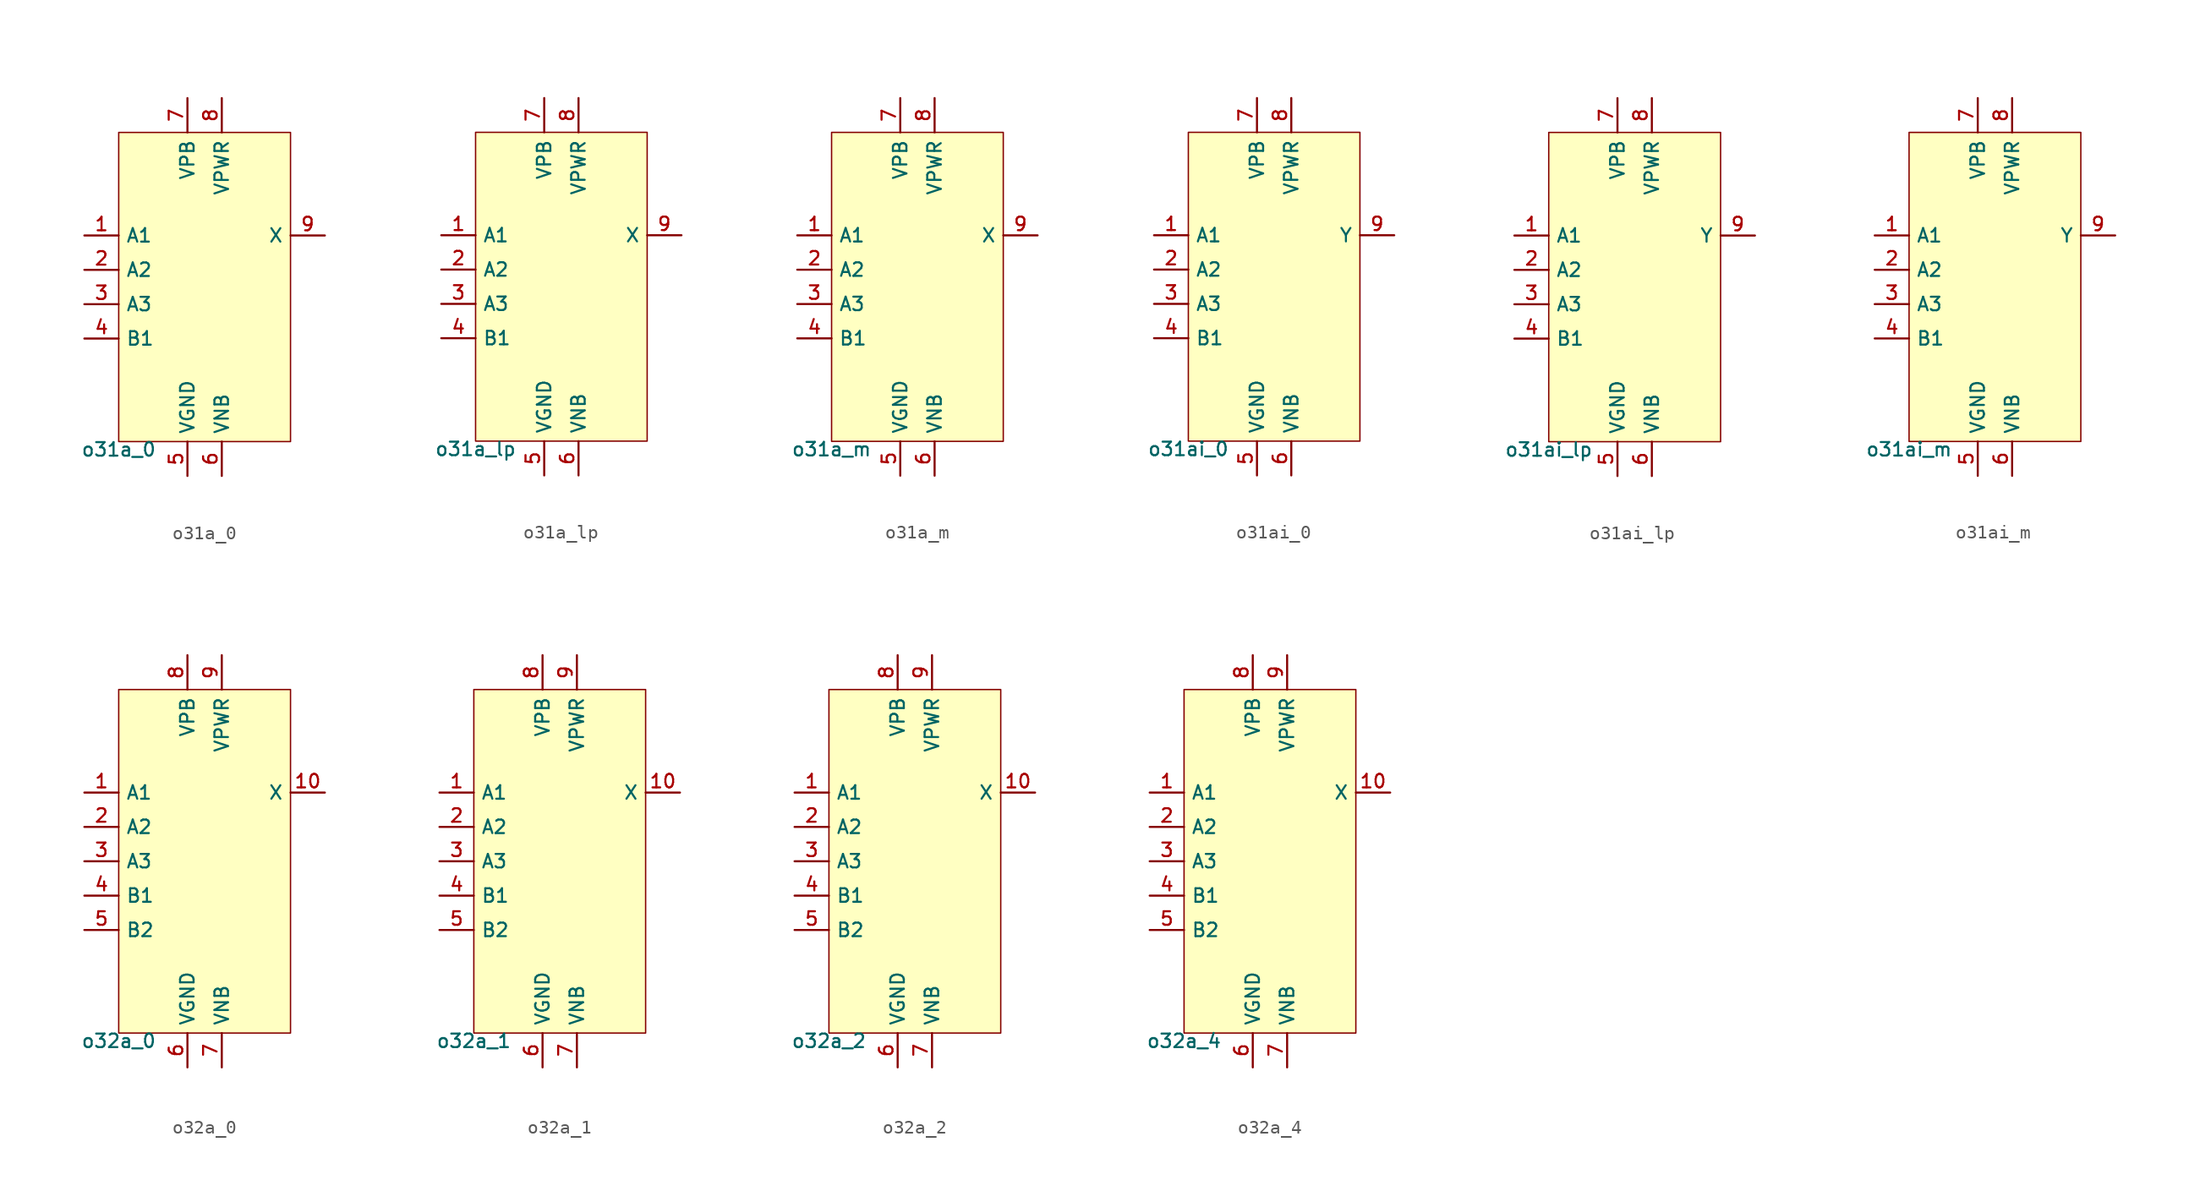
<source format=kicad_sym>
(kicad_symbol_lib
  (version 20211014)
  (generator pdk2kicad)
  (symbol "o31a_0"
    (property "Reference" "X"
      (at 0 0 0)
      (effects (font (size 1 1)) hide))
    (property "Value" "o31a_0"
      (at -6.35 -11.43 0)
      (effects (font (size 1 1)) (justify top)))
    (rectangle
      (start -6.35 -11.43)
      (end 6.35 11.43)
      (stroke (width 0.1) (type solid) (color 0 0 0 0))
      (fill (type background)))
    (pin input line
      (at -8.89 3.81 0)
      (length 2.54)
      (name "A1" (effects (font (size 1 1)) hide))
      (number "1" (effects (font (size 1 1)) hide)))
    (pin input line
      (at -8.89 1.27 0)
      (length 2.54)
      (name "A2" (effects (font (size 1 1)) hide))
      (number "2" (effects (font (size 1 1)) hide)))
    (pin input line
      (at -8.89 -1.27 0)
      (length 2.54)
      (name "A3" (effects (font (size 1 1)) hide))
      (number "3" (effects (font (size 1 1)) hide)))
    (pin input line
      (at -8.89 -3.81 0)
      (length 2.54)
      (name "B1" (effects (font (size 1 1)) hide))
      (number "4" (effects (font (size 1 1)) hide)))
    (pin power_in line
      (at -1.27 -13.97 90)
      (length 2.54)
      (name "VGND" (effects (font (size 1 1)) hide))
      (number "5" (effects (font (size 1 1)) hide)))
    (pin power_in line
      (at 1.27 -13.97 90)
      (length 2.54)
      (name "VNB" (effects (font (size 1 1)) hide))
      (number "6" (effects (font (size 1 1)) hide)))
    (pin power_in line
      (at -1.27 13.97 270)
      (length 2.54)
      (name "VPB" (effects (font (size 1 1)) hide))
      (number "7" (effects (font (size 1 1)) hide)))
    (pin power_in line
      (at 1.27 13.97 270)
      (length 2.54)
      (name "VPWR" (effects (font (size 1 1)) hide))
      (number "8" (effects (font (size 1 1)) hide)))
    (pin output line
      (at 8.89 3.81 180)
      (length 2.54)
      (name "X" (effects (font (size 1 1)) hide))
      (number "9" (effects (font (size 1 1)) hide))))
  (symbol "o31a_lp"
    (property "Reference" "X"
      (at 0 0 0)
      (effects (font (size 1 1)) hide))
    (property "Value" "o31a_lp"
      (at -6.35 -11.43 0)
      (effects (font (size 1 1)) (justify top)))
    (rectangle
      (start -6.35 -11.43)
      (end 6.35 11.43)
      (stroke (width 0.1) (type solid) (color 0 0 0 0))
      (fill (type background)))
    (pin input line
      (at -8.89 3.81 0)
      (length 2.54)
      (name "A1" (effects (font (size 1 1)) hide))
      (number "1" (effects (font (size 1 1)) hide)))
    (pin input line
      (at -8.89 1.27 0)
      (length 2.54)
      (name "A2" (effects (font (size 1 1)) hide))
      (number "2" (effects (font (size 1 1)) hide)))
    (pin input line
      (at -8.89 -1.27 0)
      (length 2.54)
      (name "A3" (effects (font (size 1 1)) hide))
      (number "3" (effects (font (size 1 1)) hide)))
    (pin input line
      (at -8.89 -3.81 0)
      (length 2.54)
      (name "B1" (effects (font (size 1 1)) hide))
      (number "4" (effects (font (size 1 1)) hide)))
    (pin power_in line
      (at -1.27 -13.97 90)
      (length 2.54)
      (name "VGND" (effects (font (size 1 1)) hide))
      (number "5" (effects (font (size 1 1)) hide)))
    (pin power_in line
      (at 1.27 -13.97 90)
      (length 2.54)
      (name "VNB" (effects (font (size 1 1)) hide))
      (number "6" (effects (font (size 1 1)) hide)))
    (pin power_in line
      (at -1.27 13.97 270)
      (length 2.54)
      (name "VPB" (effects (font (size 1 1)) hide))
      (number "7" (effects (font (size 1 1)) hide)))
    (pin power_in line
      (at 1.27 13.97 270)
      (length 2.54)
      (name "VPWR" (effects (font (size 1 1)) hide))
      (number "8" (effects (font (size 1 1)) hide)))
    (pin output line
      (at 8.89 3.81 180)
      (length 2.54)
      (name "X" (effects (font (size 1 1)) hide))
      (number "9" (effects (font (size 1 1)) hide))))
  (symbol "o31a_m"
    (property "Reference" "X"
      (at 0 0 0)
      (effects (font (size 1 1)) hide))
    (property "Value" "o31a_m"
      (at -6.35 -11.43 0)
      (effects (font (size 1 1)) (justify top)))
    (rectangle
      (start -6.35 -11.43)
      (end 6.35 11.43)
      (stroke (width 0.1) (type solid) (color 0 0 0 0))
      (fill (type background)))
    (pin input line
      (at -8.89 3.81 0)
      (length 2.54)
      (name "A1" (effects (font (size 1 1)) hide))
      (number "1" (effects (font (size 1 1)) hide)))
    (pin input line
      (at -8.89 1.27 0)
      (length 2.54)
      (name "A2" (effects (font (size 1 1)) hide))
      (number "2" (effects (font (size 1 1)) hide)))
    (pin input line
      (at -8.89 -1.27 0)
      (length 2.54)
      (name "A3" (effects (font (size 1 1)) hide))
      (number "3" (effects (font (size 1 1)) hide)))
    (pin input line
      (at -8.89 -3.81 0)
      (length 2.54)
      (name "B1" (effects (font (size 1 1)) hide))
      (number "4" (effects (font (size 1 1)) hide)))
    (pin power_in line
      (at -1.27 -13.97 90)
      (length 2.54)
      (name "VGND" (effects (font (size 1 1)) hide))
      (number "5" (effects (font (size 1 1)) hide)))
    (pin power_in line
      (at 1.27 -13.97 90)
      (length 2.54)
      (name "VNB" (effects (font (size 1 1)) hide))
      (number "6" (effects (font (size 1 1)) hide)))
    (pin power_in line
      (at -1.27 13.97 270)
      (length 2.54)
      (name "VPB" (effects (font (size 1 1)) hide))
      (number "7" (effects (font (size 1 1)) hide)))
    (pin power_in line
      (at 1.27 13.97 270)
      (length 2.54)
      (name "VPWR" (effects (font (size 1 1)) hide))
      (number "8" (effects (font (size 1 1)) hide)))
    (pin output line
      (at 8.89 3.81 180)
      (length 2.54)
      (name "X" (effects (font (size 1 1)) hide))
      (number "9" (effects (font (size 1 1)) hide))))
  (symbol "o31ai_0"
    (property "Reference" "X"
      (at 0 0 0)
      (effects (font (size 1 1)) hide))
    (property "Value" "o31ai_0"
      (at -6.35 -11.43 0)
      (effects (font (size 1 1)) (justify top)))
    (rectangle
      (start -6.35 -11.43)
      (end 6.35 11.43)
      (stroke (width 0.1) (type solid) (color 0 0 0 0))
      (fill (type background)))
    (pin input line
      (at -8.89 3.81 0)
      (length 2.54)
      (name "A1" (effects (font (size 1 1)) hide))
      (number "1" (effects (font (size 1 1)) hide)))
    (pin input line
      (at -8.89 1.27 0)
      (length 2.54)
      (name "A2" (effects (font (size 1 1)) hide))
      (number "2" (effects (font (size 1 1)) hide)))
    (pin input line
      (at -8.89 -1.27 0)
      (length 2.54)
      (name "A3" (effects (font (size 1 1)) hide))
      (number "3" (effects (font (size 1 1)) hide)))
    (pin input line
      (at -8.89 -3.81 0)
      (length 2.54)
      (name "B1" (effects (font (size 1 1)) hide))
      (number "4" (effects (font (size 1 1)) hide)))
    (pin power_in line
      (at -1.27 -13.97 90)
      (length 2.54)
      (name "VGND" (effects (font (size 1 1)) hide))
      (number "5" (effects (font (size 1 1)) hide)))
    (pin power_in line
      (at 1.27 -13.97 90)
      (length 2.54)
      (name "VNB" (effects (font (size 1 1)) hide))
      (number "6" (effects (font (size 1 1)) hide)))
    (pin power_in line
      (at -1.27 13.97 270)
      (length 2.54)
      (name "VPB" (effects (font (size 1 1)) hide))
      (number "7" (effects (font (size 1 1)) hide)))
    (pin power_in line
      (at 1.27 13.97 270)
      (length 2.54)
      (name "VPWR" (effects (font (size 1 1)) hide))
      (number "8" (effects (font (size 1 1)) hide)))
    (pin output line
      (at 8.89 3.81 180)
      (length 2.54)
      (name "Y" (effects (font (size 1 1)) hide))
      (number "9" (effects (font (size 1 1)) hide))))
  (symbol "o31ai_lp"
    (property "Reference" "X"
      (at 0 0 0)
      (effects (font (size 1 1)) hide))
    (property "Value" "o31ai_lp"
      (at -6.35 -11.43 0)
      (effects (font (size 1 1)) (justify top)))
    (rectangle
      (start -6.35 -11.43)
      (end 6.35 11.43)
      (stroke (width 0.1) (type solid) (color 0 0 0 0))
      (fill (type background)))
    (pin input line
      (at -8.89 3.81 0)
      (length 2.54)
      (name "A1" (effects (font (size 1 1)) hide))
      (number "1" (effects (font (size 1 1)) hide)))
    (pin input line
      (at -8.89 1.27 0)
      (length 2.54)
      (name "A2" (effects (font (size 1 1)) hide))
      (number "2" (effects (font (size 1 1)) hide)))
    (pin input line
      (at -8.89 -1.27 0)
      (length 2.54)
      (name "A3" (effects (font (size 1 1)) hide))
      (number "3" (effects (font (size 1 1)) hide)))
    (pin input line
      (at -8.89 -3.81 0)
      (length 2.54)
      (name "B1" (effects (font (size 1 1)) hide))
      (number "4" (effects (font (size 1 1)) hide)))
    (pin power_in line
      (at -1.27 -13.97 90)
      (length 2.54)
      (name "VGND" (effects (font (size 1 1)) hide))
      (number "5" (effects (font (size 1 1)) hide)))
    (pin power_in line
      (at 1.27 -13.97 90)
      (length 2.54)
      (name "VNB" (effects (font (size 1 1)) hide))
      (number "6" (effects (font (size 1 1)) hide)))
    (pin power_in line
      (at -1.27 13.97 270)
      (length 2.54)
      (name "VPB" (effects (font (size 1 1)) hide))
      (number "7" (effects (font (size 1 1)) hide)))
    (pin power_in line
      (at 1.27 13.97 270)
      (length 2.54)
      (name "VPWR" (effects (font (size 1 1)) hide))
      (number "8" (effects (font (size 1 1)) hide)))
    (pin output line
      (at 8.89 3.81 180)
      (length 2.54)
      (name "Y" (effects (font (size 1 1)) hide))
      (number "9" (effects (font (size 1 1)) hide))))
  (symbol "o31ai_m"
    (property "Reference" "X"
      (at 0 0 0)
      (effects (font (size 1 1)) hide))
    (property "Value" "o31ai_m"
      (at -6.35 -11.43 0)
      (effects (font (size 1 1)) (justify top)))
    (rectangle
      (start -6.35 -11.43)
      (end 6.35 11.43)
      (stroke (width 0.1) (type solid) (color 0 0 0 0))
      (fill (type background)))
    (pin input line
      (at -8.89 3.81 0)
      (length 2.54)
      (name "A1" (effects (font (size 1 1)) hide))
      (number "1" (effects (font (size 1 1)) hide)))
    (pin input line
      (at -8.89 1.27 0)
      (length 2.54)
      (name "A2" (effects (font (size 1 1)) hide))
      (number "2" (effects (font (size 1 1)) hide)))
    (pin input line
      (at -8.89 -1.27 0)
      (length 2.54)
      (name "A3" (effects (font (size 1 1)) hide))
      (number "3" (effects (font (size 1 1)) hide)))
    (pin input line
      (at -8.89 -3.81 0)
      (length 2.54)
      (name "B1" (effects (font (size 1 1)) hide))
      (number "4" (effects (font (size 1 1)) hide)))
    (pin power_in line
      (at -1.27 -13.97 90)
      (length 2.54)
      (name "VGND" (effects (font (size 1 1)) hide))
      (number "5" (effects (font (size 1 1)) hide)))
    (pin power_in line
      (at 1.27 -13.97 90)
      (length 2.54)
      (name "VNB" (effects (font (size 1 1)) hide))
      (number "6" (effects (font (size 1 1)) hide)))
    (pin power_in line
      (at -1.27 13.97 270)
      (length 2.54)
      (name "VPB" (effects (font (size 1 1)) hide))
      (number "7" (effects (font (size 1 1)) hide)))
    (pin power_in line
      (at 1.27 13.97 270)
      (length 2.54)
      (name "VPWR" (effects (font (size 1 1)) hide))
      (number "8" (effects (font (size 1 1)) hide)))
    (pin output line
      (at 8.89 3.81 180)
      (length 2.54)
      (name "Y" (effects (font (size 1 1)) hide))
      (number "9" (effects (font (size 1 1)) hide))))
  (symbol "o32a_0"
    (property "Reference" "X"
      (at 0 0 0)
      (effects (font (size 1 1)) hide))
    (property "Value" "o32a_0"
      (at -6.35 -12.7 0)
      (effects (font (size 1 1)) (justify top)))
    (rectangle
      (start -6.35 -12.7)
      (end 6.35 12.7)
      (stroke (width 0.1) (type solid) (color 0 0 0 0))
      (fill (type background)))
    (pin input line
      (at -8.89 5.08 0)
      (length 2.54)
      (name "A1" (effects (font (size 1 1)) hide))
      (number "1" (effects (font (size 1 1)) hide)))
    (pin input line
      (at -8.89 2.54 0)
      (length 2.54)
      (name "A2" (effects (font (size 1 1)) hide))
      (number "2" (effects (font (size 1 1)) hide)))
    (pin input line
      (at -8.89 -8.881784197001252e-16 0)
      (length 2.54)
      (name "A3" (effects (font (size 1 1)) hide))
      (number "3" (effects (font (size 1 1)) hide)))
    (pin input line
      (at -8.89 -2.54 0)
      (length 2.54)
      (name "B1" (effects (font (size 1 1)) hide))
      (number "4" (effects (font (size 1 1)) hide)))
    (pin input line
      (at -8.89 -5.08 0)
      (length 2.54)
      (name "B2" (effects (font (size 1 1)) hide))
      (number "5" (effects (font (size 1 1)) hide)))
    (pin power_in line
      (at -1.27 -15.24 90)
      (length 2.54)
      (name "VGND" (effects (font (size 1 1)) hide))
      (number "6" (effects (font (size 1 1)) hide)))
    (pin power_in line
      (at 1.27 -15.24 90)
      (length 2.54)
      (name "VNB" (effects (font (size 1 1)) hide))
      (number "7" (effects (font (size 1 1)) hide)))
    (pin power_in line
      (at -1.27 15.24 270)
      (length 2.54)
      (name "VPB" (effects (font (size 1 1)) hide))
      (number "8" (effects (font (size 1 1)) hide)))
    (pin power_in line
      (at 1.27 15.24 270)
      (length 2.54)
      (name "VPWR" (effects (font (size 1 1)) hide))
      (number "9" (effects (font (size 1 1)) hide)))
    (pin output line
      (at 8.89 5.08 180)
      (length 2.54)
      (name "X" (effects (font (size 1 1)) hide))
      (number "10" (effects (font (size 1 1)) hide))))
  (symbol "o32a_1"
    (property "Reference" "X"
      (at 0 0 0)
      (effects (font (size 1 1)) hide))
    (property "Value" "o32a_1"
      (at -6.35 -12.7 0)
      (effects (font (size 1 1)) (justify top)))
    (rectangle
      (start -6.35 -12.7)
      (end 6.35 12.7)
      (stroke (width 0.1) (type solid) (color 0 0 0 0))
      (fill (type background)))
    (pin input line
      (at -8.89 5.08 0)
      (length 2.54)
      (name "A1" (effects (font (size 1 1)) hide))
      (number "1" (effects (font (size 1 1)) hide)))
    (pin input line
      (at -8.89 2.54 0)
      (length 2.54)
      (name "A2" (effects (font (size 1 1)) hide))
      (number "2" (effects (font (size 1 1)) hide)))
    (pin input line
      (at -8.89 -8.881784197001252e-16 0)
      (length 2.54)
      (name "A3" (effects (font (size 1 1)) hide))
      (number "3" (effects (font (size 1 1)) hide)))
    (pin input line
      (at -8.89 -2.54 0)
      (length 2.54)
      (name "B1" (effects (font (size 1 1)) hide))
      (number "4" (effects (font (size 1 1)) hide)))
    (pin input line
      (at -8.89 -5.08 0)
      (length 2.54)
      (name "B2" (effects (font (size 1 1)) hide))
      (number "5" (effects (font (size 1 1)) hide)))
    (pin power_in line
      (at -1.27 -15.24 90)
      (length 2.54)
      (name "VGND" (effects (font (size 1 1)) hide))
      (number "6" (effects (font (size 1 1)) hide)))
    (pin power_in line
      (at 1.27 -15.24 90)
      (length 2.54)
      (name "VNB" (effects (font (size 1 1)) hide))
      (number "7" (effects (font (size 1 1)) hide)))
    (pin power_in line
      (at -1.27 15.24 270)
      (length 2.54)
      (name "VPB" (effects (font (size 1 1)) hide))
      (number "8" (effects (font (size 1 1)) hide)))
    (pin power_in line
      (at 1.27 15.24 270)
      (length 2.54)
      (name "VPWR" (effects (font (size 1 1)) hide))
      (number "9" (effects (font (size 1 1)) hide)))
    (pin output line
      (at 8.89 5.08 180)
      (length 2.54)
      (name "X" (effects (font (size 1 1)) hide))
      (number "10" (effects (font (size 1 1)) hide))))
  (symbol "o32a_2"
    (property "Reference" "X"
      (at 0 0 0)
      (effects (font (size 1 1)) hide))
    (property "Value" "o32a_2"
      (at -6.35 -12.7 0)
      (effects (font (size 1 1)) (justify top)))
    (rectangle
      (start -6.35 -12.7)
      (end 6.35 12.7)
      (stroke (width 0.1) (type solid) (color 0 0 0 0))
      (fill (type background)))
    (pin input line
      (at -8.89 5.08 0)
      (length 2.54)
      (name "A1" (effects (font (size 1 1)) hide))
      (number "1" (effects (font (size 1 1)) hide)))
    (pin input line
      (at -8.89 2.54 0)
      (length 2.54)
      (name "A2" (effects (font (size 1 1)) hide))
      (number "2" (effects (font (size 1 1)) hide)))
    (pin input line
      (at -8.89 -8.881784197001252e-16 0)
      (length 2.54)
      (name "A3" (effects (font (size 1 1)) hide))
      (number "3" (effects (font (size 1 1)) hide)))
    (pin input line
      (at -8.89 -2.54 0)
      (length 2.54)
      (name "B1" (effects (font (size 1 1)) hide))
      (number "4" (effects (font (size 1 1)) hide)))
    (pin input line
      (at -8.89 -5.08 0)
      (length 2.54)
      (name "B2" (effects (font (size 1 1)) hide))
      (number "5" (effects (font (size 1 1)) hide)))
    (pin power_in line
      (at -1.27 -15.24 90)
      (length 2.54)
      (name "VGND" (effects (font (size 1 1)) hide))
      (number "6" (effects (font (size 1 1)) hide)))
    (pin power_in line
      (at 1.27 -15.24 90)
      (length 2.54)
      (name "VNB" (effects (font (size 1 1)) hide))
      (number "7" (effects (font (size 1 1)) hide)))
    (pin power_in line
      (at -1.27 15.24 270)
      (length 2.54)
      (name "VPB" (effects (font (size 1 1)) hide))
      (number "8" (effects (font (size 1 1)) hide)))
    (pin power_in line
      (at 1.27 15.24 270)
      (length 2.54)
      (name "VPWR" (effects (font (size 1 1)) hide))
      (number "9" (effects (font (size 1 1)) hide)))
    (pin output line
      (at 8.89 5.08 180)
      (length 2.54)
      (name "X" (effects (font (size 1 1)) hide))
      (number "10" (effects (font (size 1 1)) hide))))
  (symbol "o32a_4"
    (property "Reference" "X"
      (at 0 0 0)
      (effects (font (size 1 1)) hide))
    (property "Value" "o32a_4"
      (at -6.35 -12.7 0)
      (effects (font (size 1 1)) (justify top)))
    (rectangle
      (start -6.35 -12.7)
      (end 6.35 12.7)
      (stroke (width 0.1) (type solid) (color 0 0 0 0))
      (fill (type background)))
    (pin input line
      (at -8.89 5.08 0)
      (length 2.54)
      (name "A1" (effects (font (size 1 1)) hide))
      (number "1" (effects (font (size 1 1)) hide)))
    (pin input line
      (at -8.89 2.54 0)
      (length 2.54)
      (name "A2" (effects (font (size 1 1)) hide))
      (number "2" (effects (font (size 1 1)) hide)))
    (pin input line
      (at -8.89 -8.881784197001252e-16 0)
      (length 2.54)
      (name "A3" (effects (font (size 1 1)) hide))
      (number "3" (effects (font (size 1 1)) hide)))
    (pin input line
      (at -8.89 -2.54 0)
      (length 2.54)
      (name "B1" (effects (font (size 1 1)) hide))
      (number "4" (effects (font (size 1 1)) hide)))
    (pin input line
      (at -8.89 -5.08 0)
      (length 2.54)
      (name "B2" (effects (font (size 1 1)) hide))
      (number "5" (effects (font (size 1 1)) hide)))
    (pin power_in line
      (at -1.27 -15.24 90)
      (length 2.54)
      (name "VGND" (effects (font (size 1 1)) hide))
      (number "6" (effects (font (size 1 1)) hide)))
    (pin power_in line
      (at 1.27 -15.24 90)
      (length 2.54)
      (name "VNB" (effects (font (size 1 1)) hide))
      (number "7" (effects (font (size 1 1)) hide)))
    (pin power_in line
      (at -1.27 15.24 270)
      (length 2.54)
      (name "VPB" (effects (font (size 1 1)) hide))
      (number "8" (effects (font (size 1 1)) hide)))
    (pin power_in line
      (at 1.27 15.24 270)
      (length 2.54)
      (name "VPWR" (effects (font (size 1 1)) hide))
      (number "9" (effects (font (size 1 1)) hide)))
    (pin output line
      (at 8.89 5.08 180)
      (length 2.54)
      (name "X" (effects (font (size 1 1)) hide))
      (number "10" (effects (font (size 1 1)) hide)))))
</source>
